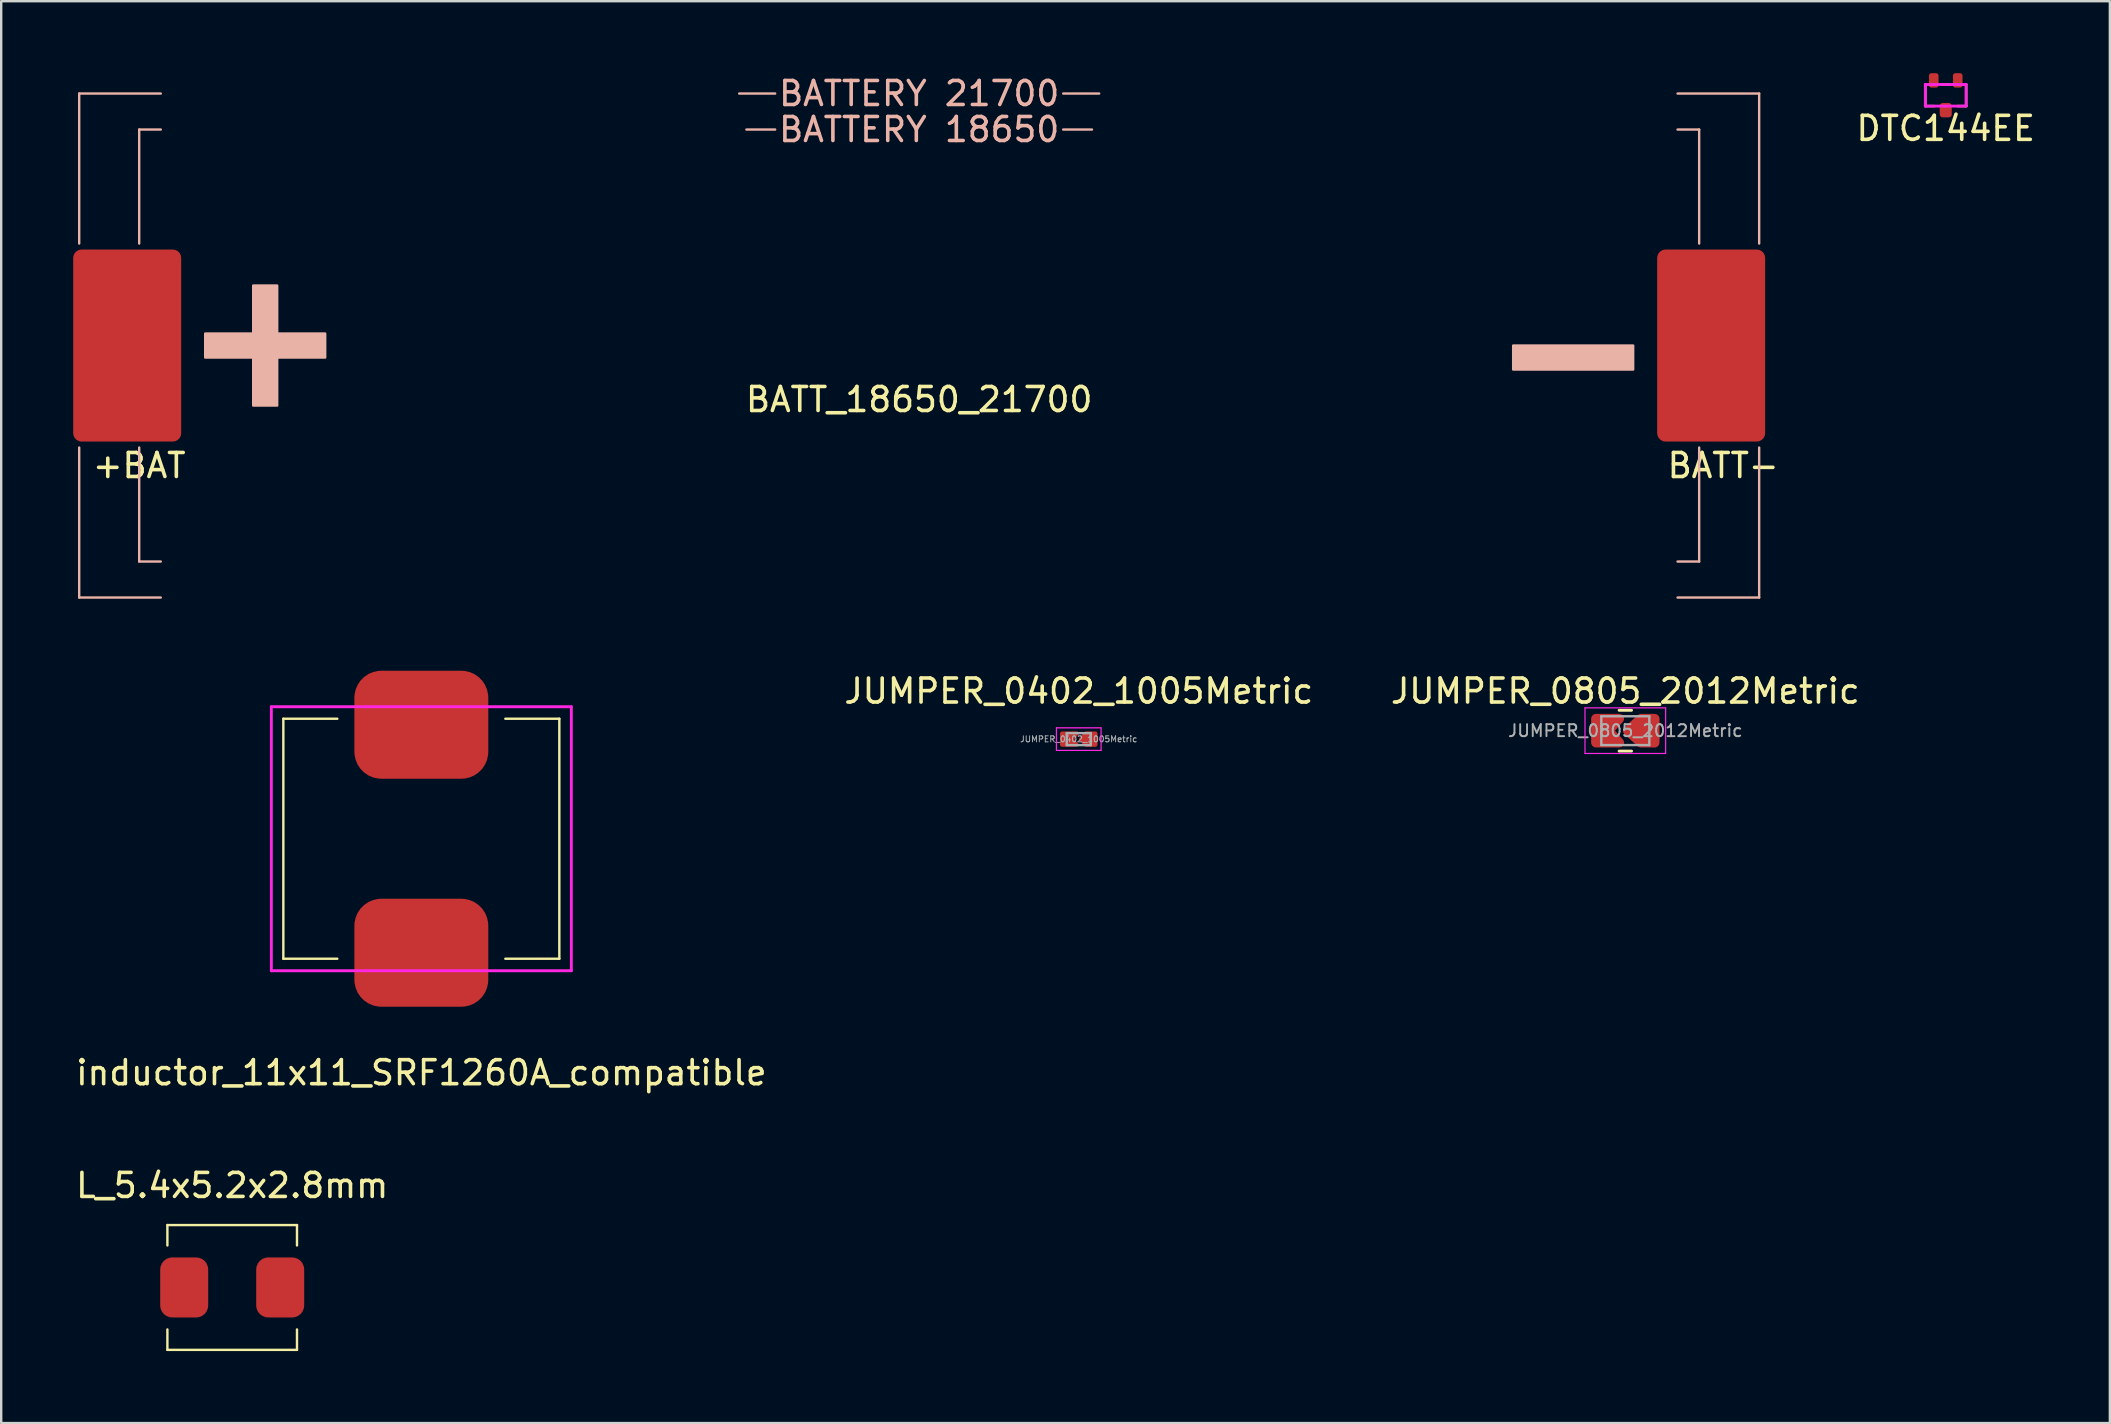
<source format=kicad_pcb>
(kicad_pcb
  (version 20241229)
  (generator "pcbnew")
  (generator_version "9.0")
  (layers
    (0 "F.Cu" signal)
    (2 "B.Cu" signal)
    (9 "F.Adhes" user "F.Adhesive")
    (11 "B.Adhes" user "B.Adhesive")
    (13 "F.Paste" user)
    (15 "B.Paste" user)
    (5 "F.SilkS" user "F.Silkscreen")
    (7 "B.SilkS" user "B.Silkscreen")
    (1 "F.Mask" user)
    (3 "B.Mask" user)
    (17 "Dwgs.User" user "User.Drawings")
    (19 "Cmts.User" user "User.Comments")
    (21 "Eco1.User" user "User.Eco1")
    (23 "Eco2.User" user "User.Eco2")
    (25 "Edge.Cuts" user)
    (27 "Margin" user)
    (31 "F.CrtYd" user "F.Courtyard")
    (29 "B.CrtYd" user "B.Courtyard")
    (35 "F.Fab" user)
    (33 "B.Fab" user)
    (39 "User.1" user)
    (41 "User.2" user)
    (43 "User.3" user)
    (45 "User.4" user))
  (footprint "DTC144EE"
    (layer "F.Cu")
    (at 78.024 0.3)
    (property "Reference" "DTC144EE" (at 0 2 0) (layer "F.SilkS") (effects (font (size 1 1) (thickness 0.15))))
    (attr through_hole)
    (fp_line (start -0.85 0.17) (end -0.85 1.07) (stroke (width 0.1) (type solid)) (layer "F.SilkS"))
    (fp_line (start -0.85 1.07) (end -0.48 1.07) (stroke (width 0.1) (type solid)) (layer "F.SilkS"))
    (fp_line (start -0.15 0.17) (end 0.15 0.17) (stroke (width 0.1) (type solid)) (layer "F.SilkS"))
    (fp_line (start 0.48 1.07) (end 0.85 1.07) (stroke (width 0.1) (type solid)) (layer "F.SilkS"))
    (fp_line (start 0.85 0.17) (end 0.85 1.07) (stroke (width 0.1) (type solid)) (layer "F.SilkS"))
    (fp_line (start -0.85 1.07) (end -0.85 0.17) (stroke (width 0.12) (type solid)) (layer "F.CrtYd"))
    (fp_line (start -0.85 1.07) (end 0.85 1.07) (stroke (width 0.12) (type solid)) (layer "F.CrtYd"))
    (fp_line (start 0.85 0.17) (end -0.85 0.17) (stroke (width 0.12) (type solid)) (layer "F.CrtYd"))
    (fp_line (start 0.85 1.07) (end 0.85 0.17) (stroke (width 0.12) (type solid)) (layer "F.CrtYd"))
    (pad "1" smd roundrect (at 0.5 0 90) (size 0.6 0.4) (layers "F.Cu" "F.Mask" "F.Paste") (roundrect_rratio 0.25))
    (pad "2" smd roundrect (at -0.5 0 90) (size 0.6 0.4) (layers "F.Cu" "F.Mask" "F.Paste") (roundrect_rratio 0.25))
    (pad "3" smd roundrect (at 0 1.24 90) (size 0.6 0.5) (layers "F.Cu" "F.Mask" "F.Paste") (roundrect_rratio 0.25)))
  (footprint "L_5.4x5.2x2.8mm"
    (layer "F.Cu")
    (at 6.625 50.595)
    (property "Reference" "L_5.4x5.2x2.8mm" (at 0 -4.25 0) (layer "F.SilkS") (effects (font (size 1 1) (thickness 0.15))))
    (attr through_hole)
    (fp_line (start -2.7 -2.6) (end -2.7 -1.75) (stroke (width 0.1) (type solid)) (layer "F.SilkS"))
    (fp_line (start -2.7 1.75) (end -2.7 2.6) (stroke (width 0.1) (type solid)) (layer "F.SilkS"))
    (fp_line (start 2.7 -2.6) (end -2.7 -2.6) (stroke (width 0.1) (type solid)) (layer "F.SilkS"))
    (fp_line (start 2.7 -2.6) (end 2.7 -1.75) (stroke (width 0.1) (type solid)) (layer "F.SilkS"))
    (fp_line (start 2.7 2.6) (end -2.7 2.6) (stroke (width 0.1) (type solid)) (layer "F.SilkS"))
    (fp_line (start 2.7 2.6) (end 2.7 1.75) (stroke (width 0.1) (type solid)) (layer "F.SilkS"))
    (pad "1" smd roundrect (at -2 0) (size 2 2.5) (layers "F.Cu" "F.Mask" "F.Paste") (roundrect_rratio 0.25))
    (pad "2" smd roundrect (at 2 0) (size 2 2.5) (layers "F.Cu" "F.Mask" "F.Paste") (roundrect_rratio 0.25)))
  (footprint "JUMPER_0805_2012Metric"
    (layer "F.Cu")
    (at 64.673 27.396)
    (property "Reference" "JUMPER_0805_2012Metric" (at 0 -1.65 0) (layer "F.SilkS") (effects (font (size 1 1) (thickness 0.15))))
    (attr smd)
    (fp_line (start -0.259 -0.85) (end 0.259 -0.85) (stroke (width 0.12) (type solid)) (layer "F.SilkS"))
    (fp_line (start -0.259 0.85) (end 0.259 0.85) (stroke (width 0.12) (type solid)) (layer "F.SilkS"))
    (fp_line (start -1.68 -0.95) (end 1.68 -0.95) (stroke (width 0.05) (type solid)) (layer "F.CrtYd"))
    (fp_line (start -1.68 0.95) (end -1.68 -0.95) (stroke (width 0.05) (type solid)) (layer "F.CrtYd"))
    (fp_line (start 1.68 -0.95) (end 1.68 0.95) (stroke (width 0.05) (type solid)) (layer "F.CrtYd"))
    (fp_line (start 1.68 0.95) (end -1.68 0.95) (stroke (width 0.05) (type solid)) (layer "F.CrtYd"))
    (fp_line (start -1 -0.6) (end 1 -0.6) (stroke (width 0.1) (type solid)) (layer "F.Fab"))
    (fp_line (start -1 0.6) (end -1 -0.6) (stroke (width 0.1) (type solid)) (layer "F.Fab"))
    (fp_line (start 1 -0.6) (end 1 0.6) (stroke (width 0.1) (type solid)) (layer "F.Fab"))
    (fp_line (start 1 0.6) (end -1 0.6) (stroke (width 0.1) (type solid)) (layer "F.Fab"))
    (fp_text user "${REFERENCE}" (at 0 0 0) (layer "F.Fab") (effects (font (size 0.5 0.5) (thickness 0.08))))
    (pad "1" smd custom (at -1 0) (size 0.5 0.5) (layers "F.Cu" "F.Mask" "F.Paste") (options (anchor circle)) (primitives (gr_poly (pts (xy -0.225 -0.5) (xy 0.75 -0.5) (xy 0.3 0) (xy 0.75 0.5) (xy 0.325 0.5) (xy -0.225 0.5)) (width 0.4) (fill yes))))
    (pad "2" smd custom (at 1 0) (size 0.5 0.5) (layers "F.Cu" "F.Mask" "F.Paste") (options (anchor circle)) (primitives (gr_poly (pts (xy 0.225 0.5) (xy -0.35 0.5) (xy -0.9 0) (xy -0.35 -0.5) (xy 0.225 -0.5)) (width 0.4) (fill yes)))))
  (footprint "inductor_11x11_SRF1260A_compatible"
    (layer "F.Cu")
    (at 14.506 31.898)
    (property "Reference" "inductor_11x11_SRF1260A_compatible" (at 0 9.75 0) (layer "F.SilkS") (effects (font (size 1 1) (thickness 0.15))))
    (attr through_hole)
    (fp_line (start -5.75 -5) (end -5.75 5) (stroke (width 0.1) (type solid)) (layer "F.SilkS"))
    (fp_line (start -5.75 -5) (end -3.5 -5) (stroke (width 0.1) (type solid)) (layer "F.SilkS"))
    (fp_line (start -3.5 5) (end -5.75 5) (stroke (width 0.1) (type solid)) (layer "F.SilkS"))
    (fp_line (start 3.5 -5) (end 5.75 -5) (stroke (width 0.1) (type solid)) (layer "F.SilkS"))
    (fp_line (start 3.5 5) (end 5.75 5) (stroke (width 0.1) (type solid)) (layer "F.SilkS"))
    (fp_line (start 5.75 -5) (end 5.75 5) (stroke (width 0.1) (type solid)) (layer "F.SilkS"))
    (fp_line (start -6.25 -5.5) (end 6.25 -5.5) (stroke (width 0.12) (type solid)) (layer "F.CrtYd"))
    (fp_line (start -6.25 5.5) (end -6.25 -5.5) (stroke (width 0.12) (type solid)) (layer "F.CrtYd"))
    (fp_line (start 6.25 -5.5) (end 6.25 5.5) (stroke (width 0.12) (type solid)) (layer "F.CrtYd"))
    (fp_line (start 6.25 5.5) (end -6.25 5.5) (stroke (width 0.12) (type solid)) (layer "F.CrtYd"))
    (pad "1" smd roundrect (at 0 -4.75) (size 5.58 4.5) (layers "F.Cu" "F.Mask" "F.Paste") (roundrect_rratio 0.25))
    (pad "2" smd roundrect (at 0 4.75) (size 5.58 4.5) (layers "F.Cu" "F.Mask" "F.Paste") (roundrect_rratio 0.25)))
  (footprint "BATT_18650_21700"
    (layer "F.Cu")
    (at 35.25 11.348)
    (property "Reference" "BATT_18650_21700" (at 0 2.25 0) (layer "F.SilkS") (effects (font (size 1 1) (thickness 0.15))))
    (attr through_hole)
    (fp_line (start -35 -10.5) (end -31.6 -10.5) (stroke (width 0.1) (type solid)) (layer "B.SilkS"))
    (fp_line (start -35 -4.25) (end -35 -10.5) (stroke (width 0.1) (type solid)) (layer "B.SilkS"))
    (fp_line (start -35 4.25) (end -35 10.5) (stroke (width 0.1) (type solid)) (layer "B.SilkS"))
    (fp_line (start -35 10.5) (end -31.6 10.5) (stroke (width 0.1) (type solid)) (layer "B.SilkS"))
    (fp_line (start -32.5 -9) (end -32.5 -4.25) (stroke (width 0.1) (type solid)) (layer "B.SilkS"))
    (fp_line (start -32.5 -9) (end -31.6 -9) (stroke (width 0.1) (type solid)) (layer "B.SilkS"))
    (fp_line (start -32.5 9) (end -32.5 4.25) (stroke (width 0.1) (type solid)) (layer "B.SilkS"))
    (fp_line (start -32.5 9) (end -31.6 9) (stroke (width 0.1) (type solid)) (layer "B.SilkS"))
    (fp_line (start -7.5 -10.5) (end -6 -10.5) (stroke (width 0.1) (type solid)) (layer "B.SilkS"))
    (fp_line (start -7.2 -9) (end -6 -9) (stroke (width 0.1) (type solid)) (layer "B.SilkS"))
    (fp_line (start 7.2 -9) (end 6 -9) (stroke (width 0.1) (type solid)) (layer "B.SilkS"))
    (fp_line (start 7.5 -10.5) (end 6 -10.5) (stroke (width 0.1) (type solid)) (layer "B.SilkS"))
    (fp_line (start 31.6 -10.5) (end 35 -10.5) (stroke (width 0.1) (type solid)) (layer "B.SilkS"))
    (fp_line (start 31.6 10.5) (end 35 10.5) (stroke (width 0.1) (type solid)) (layer "B.SilkS"))
    (fp_line (start 32.5 -9) (end 31.6 -9) (stroke (width 0.1) (type solid)) (layer "B.SilkS"))
    (fp_line (start 32.5 -9) (end 32.5 -4.25) (stroke (width 0.1) (type solid)) (layer "B.SilkS"))
    (fp_line (start 32.5 9) (end 31.6 9) (stroke (width 0.1) (type solid)) (layer "B.SilkS"))
    (fp_line (start 32.5 9) (end 32.5 4.25) (stroke (width 0.1) (type solid)) (layer "B.SilkS"))
    (fp_line (start 35 -4.25) (end 35 -10.5) (stroke (width 0.1) (type solid)) (layer "B.SilkS"))
    (fp_line (start 35 4.25) (end 35 10.5) (stroke (width 0.1) (type solid)) (layer "B.SilkS"))
    (fp_poly (pts (xy 29.75 0) (xy 29.75 1) (xy 24.75 1) (xy 24.75 0) (xy 29.75 0)) (stroke (width 0.1) (type solid)) (fill yes) (layer "B.SilkS"))
    (fp_poly (pts (xy -26.75 -0.5) (xy -24.75 -0.5) (xy -24.75 0.5) (xy -26.75 0.5) (xy -26.75 2.5) (xy -27.75 2.5) (xy -27.75 0.5) (xy -29.75 0.5) (xy -29.75 -0.5) (xy -27.75 -0.5) (xy -27.75 -2.5) (xy -26.75 -2.5)) (stroke (width 0.1) (type solid)) (fill yes) (layer "B.SilkS"))
    (fp_text user "+BAT" (at -32.5 5 180) (layer "F.SilkS") (effects (font (size 1 1) (thickness 0.15))))
    (fp_text user "BATT-" (at 33.5 5 180) (layer "F.SilkS") (effects (font (size 1 1) (thickness 0.15))))
    (fp_text user "BATTERY 18650" (at 0 -9 0) (layer "B.SilkS") (effects (font (size 1 1) (thickness 0.15))))
    (fp_text user "BATTERY 21700" (at 0 -10.5 0) (layer "B.SilkS") (effects (font (size 1 1) (thickness 0.15))))
    (pad "1" smd roundrect (at -33 0) (size 4.5 8) (layers "F.Cu" "F.Mask" "F.Paste") (roundrect_rratio 0.077))
    (pad "2" smd roundrect (at 33 0) (size 4.5 8) (layers "F.Cu" "F.Mask" "F.Paste") (roundrect_rratio 0.077)))
  (footprint "JUMPER_0402_1005Metric"
    (layer "F.Cu")
    (at 41.899 27.747)
    (property "Reference" "JUMPER_0402_1005Metric" (at 0 -2 0) (layer "F.SilkS") (effects (font (size 1 1) (thickness 0.15))))
    (attr smd)
    (fp_line (start -0.93 -0.47) (end 0.93 -0.47) (stroke (width 0.05) (type solid)) (layer "F.CrtYd"))
    (fp_line (start -0.93 0.47) (end -0.93 -0.47) (stroke (width 0.05) (type solid)) (layer "F.CrtYd"))
    (fp_line (start 0.93 -0.47) (end 0.93 0.47) (stroke (width 0.05) (type solid)) (layer "F.CrtYd"))
    (fp_line (start 0.93 0.47) (end -0.93 0.47) (stroke (width 0.05) (type solid)) (layer "F.CrtYd"))
    (fp_line (start -0.5 -0.25) (end 0.5 -0.25) (stroke (width 0.1) (type solid)) (layer "F.Fab"))
    (fp_line (start -0.5 0.25) (end -0.5 -0.25) (stroke (width 0.1) (type solid)) (layer "F.Fab"))
    (fp_line (start 0.5 -0.25) (end 0.5 0.25) (stroke (width 0.1) (type solid)) (layer "F.Fab"))
    (fp_line (start 0.5 0.25) (end -0.5 0.25) (stroke (width 0.1) (type solid)) (layer "F.Fab"))
    (fp_text user "${REFERENCE}" (at 0 0 0) (layer "F.Fab") (effects (font (size 0.25 0.25) (thickness 0.04))))
    (pad "1" smd custom (at -0.5 0) (size 0.4 0.4) (layers "F.Cu" "F.Mask" "F.Paste") (options (anchor circle)) (primitives (gr_line (start 0.2 -0.24) (end 0.2 0) (width 0.1)) (gr_line (start 0.41 -0.24) (end 0.2 -0.24) (width 0.1)) (gr_poly (pts (xy 0.21 0) (xy 0.42 0.24) (xy -0.2 0.24) (xy -0.2 -0.24) (xy 0.42 -0.24)) (width 0.16) (fill yes))))
    (pad "2" smd custom (at 0.5 0) (size 0.4 0.4) (layers "F.Cu" "F.Mask" "F.Paste") (options (anchor circle)) (primitives (gr_poly (pts (xy 0.2 0.24) (xy -0.2 0.24) (xy -0.41 0) (xy -0.2 -0.24) (xy 0.2 -0.24)) (width 0.16) (fill yes)))))
  (gr_rect
    (start -3 -3)
    (end 84.863 56.245)
    (stroke (width 0.1) (type default))
    (fill no)
    (layer "Edge.Cuts")))
</source>
